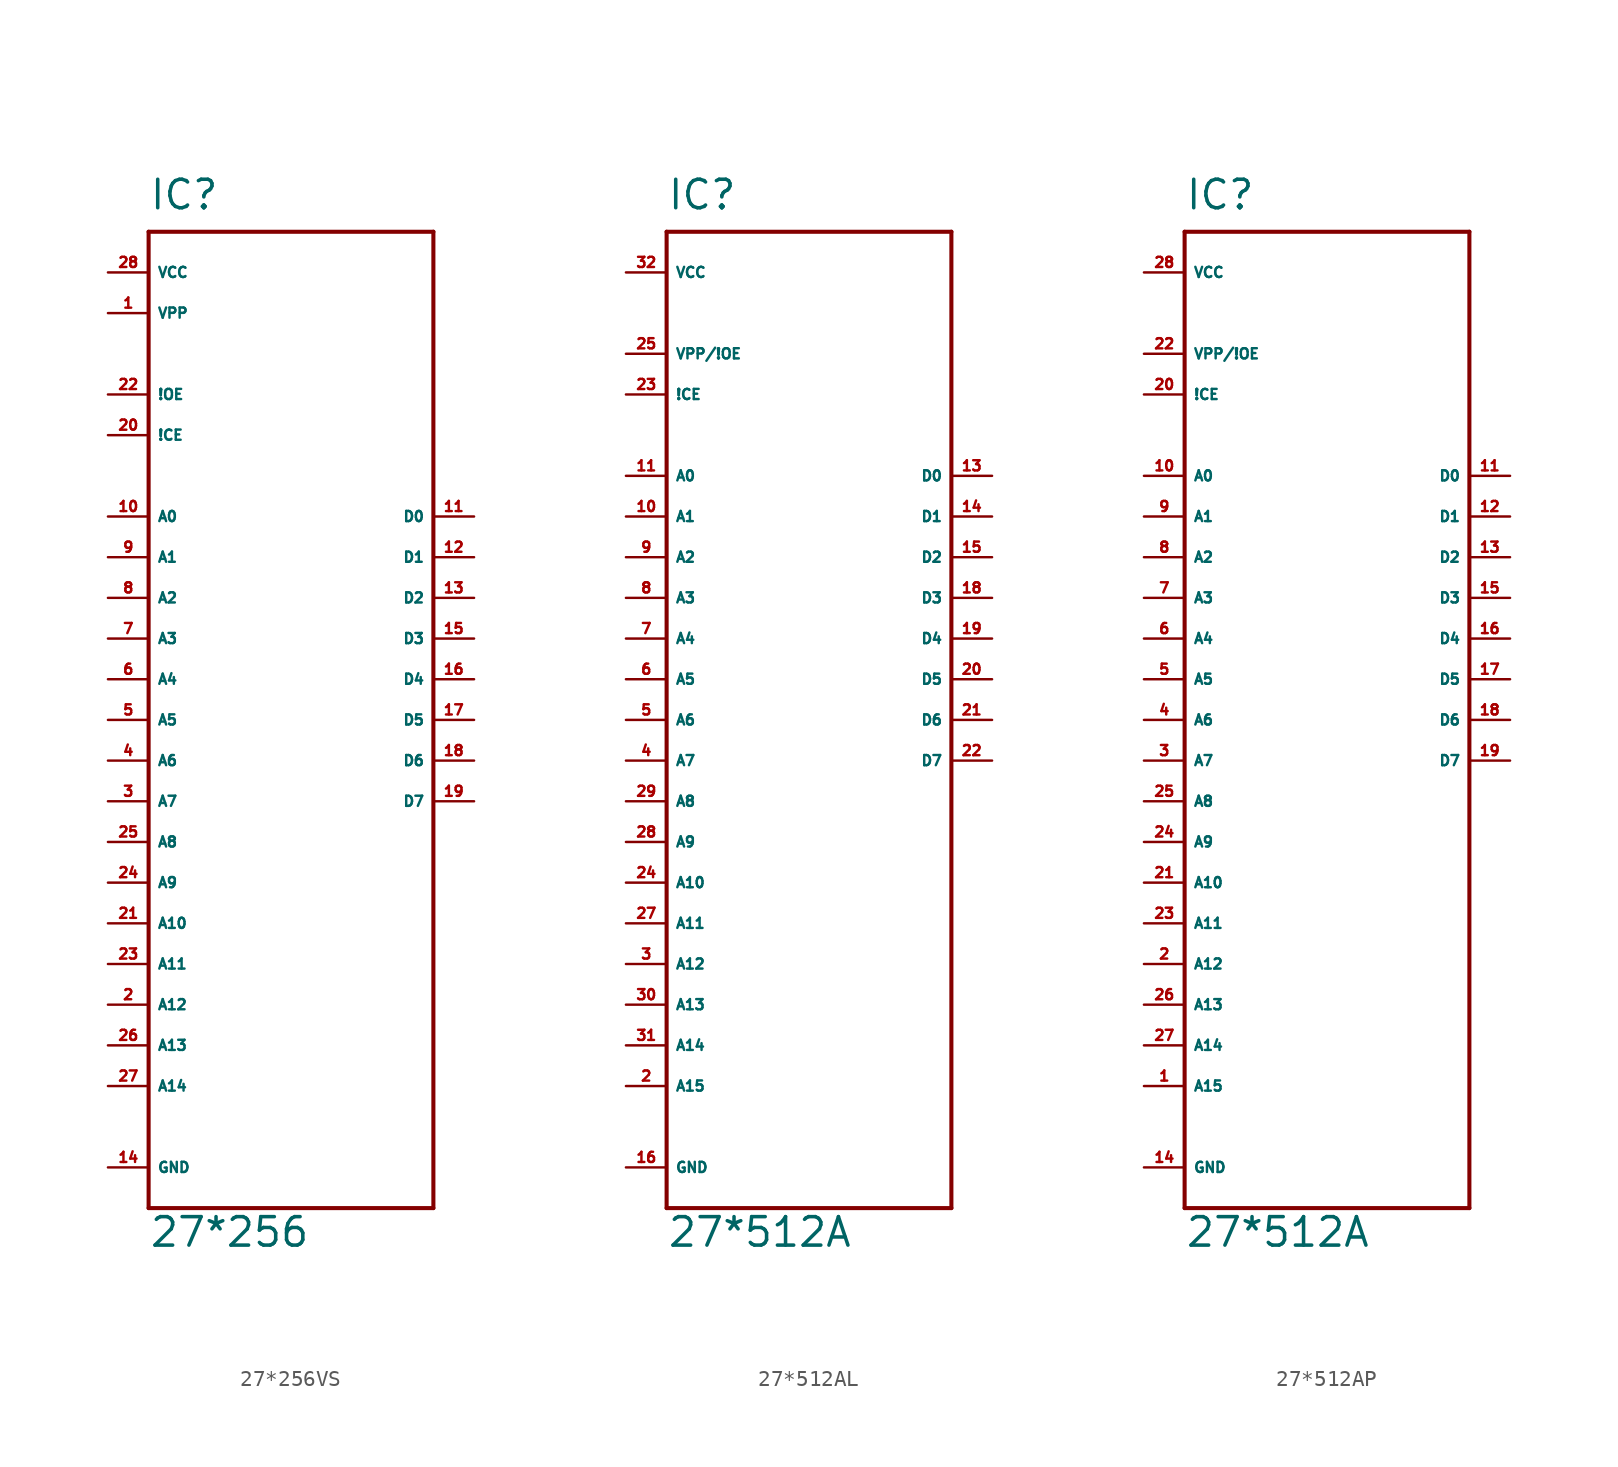
<source format=kicad_sym>
(kicad_symbol_lib
  (version 20220914)
  (generator Eagle2Kicad)
  (symbol "27*256VS"
    (property "Reference" "IC"
      (at -7.62 31.75 0)
      (effects (font (size 1.778 1.778) (thickness 0.22)) (justify left bottom)))
    (property "Value" "27*256"
      (at -7.62 -33.02 0)
      (effects (font (size 1.778 1.778) (thickness 0.22)) (justify left bottom)))
    (polyline
      (pts (xy -7.62 30.48) (xy 10.16 30.48))
      (stroke (width 0.254) (type default))
      (fill (type none)))
    (polyline
      (pts (xy 10.16 30.48) (xy 10.16 -30.48))
      (stroke (width 0.254) (type default))
      (fill (type none)))
    (polyline
      (pts (xy 10.16 -30.48) (xy -7.62 -30.48))
      (stroke (width 0.254) (type default))
      (fill (type none)))
    (polyline
      (pts (xy -7.62 -30.48) (xy -7.62 30.48))
      (stroke (width 0.254) (type default))
      (fill (type none)))
    (pin input line
      (at -10.16 12.7 0)
      (length 2.54)
      (name "A0" (effects (font (size 0.635 0.635) (thickness 0.08)) (justify left bottom)))
      (number "10" (effects (font (size 0.635 0.635) (thickness 0.08)) (justify left bottom))))
    (pin input line
      (at -10.16 10.16 0)
      (length 2.54)
      (name "A1" (effects (font (size 0.635 0.635) (thickness 0.08)) (justify left bottom)))
      (number "9" (effects (font (size 0.635 0.635) (thickness 0.08)) (justify left bottom))))
    (pin input line
      (at -10.16 7.62 0)
      (length 2.54)
      (name "A2" (effects (font (size 0.635 0.635) (thickness 0.08)) (justify left bottom)))
      (number "8" (effects (font (size 0.635 0.635) (thickness 0.08)) (justify left bottom))))
    (pin input line
      (at -10.16 5.08 0)
      (length 2.54)
      (name "A3" (effects (font (size 0.635 0.635) (thickness 0.08)) (justify left bottom)))
      (number "7" (effects (font (size 0.635 0.635) (thickness 0.08)) (justify left bottom))))
    (pin input line
      (at -10.16 2.54 0)
      (length 2.54)
      (name "A4" (effects (font (size 0.635 0.635) (thickness 0.08)) (justify left bottom)))
      (number "6" (effects (font (size 0.635 0.635) (thickness 0.08)) (justify left bottom))))
    (pin input line
      (at -10.16 0 0)
      (length 2.54)
      (name "A5" (effects (font (size 0.635 0.635) (thickness 0.08)) (justify left bottom)))
      (number "5" (effects (font (size 0.635 0.635) (thickness 0.08)) (justify left bottom))))
    (pin input line
      (at -10.16 -2.54 0)
      (length 2.54)
      (name "A6" (effects (font (size 0.635 0.635) (thickness 0.08)) (justify left bottom)))
      (number "4" (effects (font (size 0.635 0.635) (thickness 0.08)) (justify left bottom))))
    (pin input line
      (at -10.16 -5.08 0)
      (length 2.54)
      (name "A7" (effects (font (size 0.635 0.635) (thickness 0.08)) (justify left bottom)))
      (number "3" (effects (font (size 0.635 0.635) (thickness 0.08)) (justify left bottom))))
    (pin input line
      (at -10.16 -7.62 0)
      (length 2.54)
      (name "A8" (effects (font (size 0.635 0.635) (thickness 0.08)) (justify left bottom)))
      (number "25" (effects (font (size 0.635 0.635) (thickness 0.08)) (justify left bottom))))
    (pin input line
      (at -10.16 17.78 0)
      (length 2.54)
      (name "!CE" (effects (font (size 0.635 0.635) (thickness 0.08)) (justify left bottom)))
      (number "20" (effects (font (size 0.635 0.635) (thickness 0.08)) (justify left bottom))))
    (pin input line
      (at -10.16 20.32 0)
      (length 2.54)
      (name "!OE" (effects (font (size 0.635 0.635) (thickness 0.08)) (justify left bottom)))
      (number "22" (effects (font (size 0.635 0.635) (thickness 0.08)) (justify left bottom))))
    (pin tri_state line
      (at 12.7 12.7 180)
      (length 2.54)
      (name "D0" (effects (font (size 0.635 0.635) (thickness 0.08)) (justify left bottom)))
      (number "11" (effects (font (size 0.635 0.635) (thickness 0.08)) (justify left bottom))))
    (pin tri_state line
      (at 12.7 10.16 180)
      (length 2.54)
      (name "D1" (effects (font (size 0.635 0.635) (thickness 0.08)) (justify left bottom)))
      (number "12" (effects (font (size 0.635 0.635) (thickness 0.08)) (justify left bottom))))
    (pin tri_state line
      (at 12.7 7.62 180)
      (length 2.54)
      (name "D2" (effects (font (size 0.635 0.635) (thickness 0.08)) (justify left bottom)))
      (number "13" (effects (font (size 0.635 0.635) (thickness 0.08)) (justify left bottom))))
    (pin tri_state line
      (at 12.7 5.08 180)
      (length 2.54)
      (name "D3" (effects (font (size 0.635 0.635) (thickness 0.08)) (justify left bottom)))
      (number "15" (effects (font (size 0.635 0.635) (thickness 0.08)) (justify left bottom))))
    (pin tri_state line
      (at 12.7 2.54 180)
      (length 2.54)
      (name "D4" (effects (font (size 0.635 0.635) (thickness 0.08)) (justify left bottom)))
      (number "16" (effects (font (size 0.635 0.635) (thickness 0.08)) (justify left bottom))))
    (pin tri_state line
      (at 12.7 0 180)
      (length 2.54)
      (name "D5" (effects (font (size 0.635 0.635) (thickness 0.08)) (justify left bottom)))
      (number "17" (effects (font (size 0.635 0.635) (thickness 0.08)) (justify left bottom))))
    (pin tri_state line
      (at 12.7 -2.54 180)
      (length 2.54)
      (name "D6" (effects (font (size 0.635 0.635) (thickness 0.08)) (justify left bottom)))
      (number "18" (effects (font (size 0.635 0.635) (thickness 0.08)) (justify left bottom))))
    (pin tri_state line
      (at 12.7 -5.08 180)
      (length 2.54)
      (name "D7" (effects (font (size 0.635 0.635) (thickness 0.08)) (justify left bottom)))
      (number "19" (effects (font (size 0.635 0.635) (thickness 0.08)) (justify left bottom))))
    (pin unspecified line
      (at -10.16 27.94 0)
      (length 2.54)
      (name "VCC" (effects (font (size 0.635 0.635) (thickness 0.08)) (justify left bottom)))
      (number "28" (effects (font (size 0.635 0.635) (thickness 0.08)) (justify left bottom))))
    (pin unspecified line
      (at -10.16 -27.94 0)
      (length 2.54)
      (name "GND" (effects (font (size 0.635 0.635) (thickness 0.08)) (justify left bottom)))
      (number "14" (effects (font (size 0.635 0.635) (thickness 0.08)) (justify left bottom))))
    (pin input line
      (at -10.16 -10.16 0)
      (length 2.54)
      (name "A9" (effects (font (size 0.635 0.635) (thickness 0.08)) (justify left bottom)))
      (number "24" (effects (font (size 0.635 0.635) (thickness 0.08)) (justify left bottom))))
    (pin input line
      (at -10.16 -12.7 0)
      (length 2.54)
      (name "A10" (effects (font (size 0.635 0.635) (thickness 0.08)) (justify left bottom)))
      (number "21" (effects (font (size 0.635 0.635) (thickness 0.08)) (justify left bottom))))
    (pin input line
      (at -10.16 -22.86 0)
      (length 2.54)
      (name "A14" (effects (font (size 0.635 0.635) (thickness 0.08)) (justify left bottom)))
      (number "27" (effects (font (size 0.635 0.635) (thickness 0.08)) (justify left bottom))))
    (pin input line
      (at -10.16 -15.24 0)
      (length 2.54)
      (name "A11" (effects (font (size 0.635 0.635) (thickness 0.08)) (justify left bottom)))
      (number "23" (effects (font (size 0.635 0.635) (thickness 0.08)) (justify left bottom))))
    (pin input line
      (at -10.16 -17.78 0)
      (length 2.54)
      (name "A12" (effects (font (size 0.635 0.635) (thickness 0.08)) (justify left bottom)))
      (number "2" (effects (font (size 0.635 0.635) (thickness 0.08)) (justify left bottom))))
    (pin input line
      (at -10.16 25.4 0)
      (length 2.54)
      (name "VPP" (effects (font (size 0.635 0.635) (thickness 0.08)) (justify left bottom)))
      (number "1" (effects (font (size 0.635 0.635) (thickness 0.08)) (justify left bottom))))
    (pin input line
      (at -10.16 -20.32 0)
      (length 2.54)
      (name "A13" (effects (font (size 0.635 0.635) (thickness 0.08)) (justify left bottom)))
      (number "26" (effects (font (size 0.635 0.635) (thickness 0.08)) (justify left bottom)))))
  (symbol "27*512AL"
    (property "Reference" "IC"
      (at -7.62 31.75 0)
      (effects (font (size 1.778 1.778) (thickness 0.22)) (justify left bottom)))
    (property "Value" "27*512A"
      (at -7.62 -33.02 0)
      (effects (font (size 1.778 1.778) (thickness 0.22)) (justify left bottom)))
    (polyline
      (pts (xy -7.62 30.48) (xy 10.16 30.48))
      (stroke (width 0.254) (type default))
      (fill (type none)))
    (polyline
      (pts (xy 10.16 30.48) (xy 10.16 -30.48))
      (stroke (width 0.254) (type default))
      (fill (type none)))
    (polyline
      (pts (xy 10.16 -30.48) (xy -7.62 -30.48))
      (stroke (width 0.254) (type default))
      (fill (type none)))
    (polyline
      (pts (xy -7.62 -30.48) (xy -7.62 30.48))
      (stroke (width 0.254) (type default))
      (fill (type none)))
    (pin input line
      (at -10.16 15.24 0)
      (length 2.54)
      (name "A0" (effects (font (size 0.635 0.635) (thickness 0.08)) (justify left bottom)))
      (number "11" (effects (font (size 0.635 0.635) (thickness 0.08)) (justify left bottom))))
    (pin input line
      (at -10.16 12.7 0)
      (length 2.54)
      (name "A1" (effects (font (size 0.635 0.635) (thickness 0.08)) (justify left bottom)))
      (number "10" (effects (font (size 0.635 0.635) (thickness 0.08)) (justify left bottom))))
    (pin input line
      (at -10.16 10.16 0)
      (length 2.54)
      (name "A2" (effects (font (size 0.635 0.635) (thickness 0.08)) (justify left bottom)))
      (number "9" (effects (font (size 0.635 0.635) (thickness 0.08)) (justify left bottom))))
    (pin input line
      (at -10.16 7.62 0)
      (length 2.54)
      (name "A3" (effects (font (size 0.635 0.635) (thickness 0.08)) (justify left bottom)))
      (number "8" (effects (font (size 0.635 0.635) (thickness 0.08)) (justify left bottom))))
    (pin input line
      (at -10.16 5.08 0)
      (length 2.54)
      (name "A4" (effects (font (size 0.635 0.635) (thickness 0.08)) (justify left bottom)))
      (number "7" (effects (font (size 0.635 0.635) (thickness 0.08)) (justify left bottom))))
    (pin input line
      (at -10.16 2.54 0)
      (length 2.54)
      (name "A5" (effects (font (size 0.635 0.635) (thickness 0.08)) (justify left bottom)))
      (number "6" (effects (font (size 0.635 0.635) (thickness 0.08)) (justify left bottom))))
    (pin input line
      (at -10.16 0 0)
      (length 2.54)
      (name "A6" (effects (font (size 0.635 0.635) (thickness 0.08)) (justify left bottom)))
      (number "5" (effects (font (size 0.635 0.635) (thickness 0.08)) (justify left bottom))))
    (pin input line
      (at -10.16 -2.54 0)
      (length 2.54)
      (name "A7" (effects (font (size 0.635 0.635) (thickness 0.08)) (justify left bottom)))
      (number "4" (effects (font (size 0.635 0.635) (thickness 0.08)) (justify left bottom))))
    (pin input line
      (at -10.16 -5.08 0)
      (length 2.54)
      (name "A8" (effects (font (size 0.635 0.635) (thickness 0.08)) (justify left bottom)))
      (number "29" (effects (font (size 0.635 0.635) (thickness 0.08)) (justify left bottom))))
    (pin input line
      (at -10.16 20.32 0)
      (length 2.54)
      (name "!CE" (effects (font (size 0.635 0.635) (thickness 0.08)) (justify left bottom)))
      (number "23" (effects (font (size 0.635 0.635) (thickness 0.08)) (justify left bottom))))
    (pin input line
      (at -10.16 22.86 0)
      (length 2.54)
      (name "VPP/!OE" (effects (font (size 0.635 0.635) (thickness 0.08)) (justify left bottom)))
      (number "25" (effects (font (size 0.635 0.635) (thickness 0.08)) (justify left bottom))))
    (pin tri_state line
      (at 12.7 15.24 180)
      (length 2.54)
      (name "D0" (effects (font (size 0.635 0.635) (thickness 0.08)) (justify left bottom)))
      (number "13" (effects (font (size 0.635 0.635) (thickness 0.08)) (justify left bottom))))
    (pin tri_state line
      (at 12.7 12.7 180)
      (length 2.54)
      (name "D1" (effects (font (size 0.635 0.635) (thickness 0.08)) (justify left bottom)))
      (number "14" (effects (font (size 0.635 0.635) (thickness 0.08)) (justify left bottom))))
    (pin tri_state line
      (at 12.7 10.16 180)
      (length 2.54)
      (name "D2" (effects (font (size 0.635 0.635) (thickness 0.08)) (justify left bottom)))
      (number "15" (effects (font (size 0.635 0.635) (thickness 0.08)) (justify left bottom))))
    (pin tri_state line
      (at 12.7 7.62 180)
      (length 2.54)
      (name "D3" (effects (font (size 0.635 0.635) (thickness 0.08)) (justify left bottom)))
      (number "18" (effects (font (size 0.635 0.635) (thickness 0.08)) (justify left bottom))))
    (pin tri_state line
      (at 12.7 5.08 180)
      (length 2.54)
      (name "D4" (effects (font (size 0.635 0.635) (thickness 0.08)) (justify left bottom)))
      (number "19" (effects (font (size 0.635 0.635) (thickness 0.08)) (justify left bottom))))
    (pin tri_state line
      (at 12.7 2.54 180)
      (length 2.54)
      (name "D5" (effects (font (size 0.635 0.635) (thickness 0.08)) (justify left bottom)))
      (number "20" (effects (font (size 0.635 0.635) (thickness 0.08)) (justify left bottom))))
    (pin tri_state line
      (at 12.7 0 180)
      (length 2.54)
      (name "D6" (effects (font (size 0.635 0.635) (thickness 0.08)) (justify left bottom)))
      (number "21" (effects (font (size 0.635 0.635) (thickness 0.08)) (justify left bottom))))
    (pin tri_state line
      (at 12.7 -2.54 180)
      (length 2.54)
      (name "D7" (effects (font (size 0.635 0.635) (thickness 0.08)) (justify left bottom)))
      (number "22" (effects (font (size 0.635 0.635) (thickness 0.08)) (justify left bottom))))
    (pin unspecified line
      (at -10.16 27.94 0)
      (length 2.54)
      (name "VCC" (effects (font (size 0.635 0.635) (thickness 0.08)) (justify left bottom)))
      (number "32" (effects (font (size 0.635 0.635) (thickness 0.08)) (justify left bottom))))
    (pin unspecified line
      (at -10.16 -27.94 0)
      (length 2.54)
      (name "GND" (effects (font (size 0.635 0.635) (thickness 0.08)) (justify left bottom)))
      (number "16" (effects (font (size 0.635 0.635) (thickness 0.08)) (justify left bottom))))
    (pin input line
      (at -10.16 -7.62 0)
      (length 2.54)
      (name "A9" (effects (font (size 0.635 0.635) (thickness 0.08)) (justify left bottom)))
      (number "28" (effects (font (size 0.635 0.635) (thickness 0.08)) (justify left bottom))))
    (pin input line
      (at -10.16 -10.16 0)
      (length 2.54)
      (name "A10" (effects (font (size 0.635 0.635) (thickness 0.08)) (justify left bottom)))
      (number "24" (effects (font (size 0.635 0.635) (thickness 0.08)) (justify left bottom))))
    (pin input line
      (at -10.16 -20.32 0)
      (length 2.54)
      (name "A14" (effects (font (size 0.635 0.635) (thickness 0.08)) (justify left bottom)))
      (number "31" (effects (font (size 0.635 0.635) (thickness 0.08)) (justify left bottom))))
    (pin input line
      (at -10.16 -12.7 0)
      (length 2.54)
      (name "A11" (effects (font (size 0.635 0.635) (thickness 0.08)) (justify left bottom)))
      (number "27" (effects (font (size 0.635 0.635) (thickness 0.08)) (justify left bottom))))
    (pin input line
      (at -10.16 -15.24 0)
      (length 2.54)
      (name "A12" (effects (font (size 0.635 0.635) (thickness 0.08)) (justify left bottom)))
      (number "3" (effects (font (size 0.635 0.635) (thickness 0.08)) (justify left bottom))))
    (pin input line
      (at -10.16 -22.86 0)
      (length 2.54)
      (name "A15" (effects (font (size 0.635 0.635) (thickness 0.08)) (justify left bottom)))
      (number "2" (effects (font (size 0.635 0.635) (thickness 0.08)) (justify left bottom))))
    (pin input line
      (at -10.16 -17.78 0)
      (length 2.54)
      (name "A13" (effects (font (size 0.635 0.635) (thickness 0.08)) (justify left bottom)))
      (number "30" (effects (font (size 0.635 0.635) (thickness 0.08)) (justify left bottom)))))
  (symbol "27*512AP"
    (property "Reference" "IC"
      (at -7.62 31.75 0)
      (effects (font (size 1.778 1.778) (thickness 0.22)) (justify left bottom)))
    (property "Value" "27*512A"
      (at -7.62 -33.02 0)
      (effects (font (size 1.778 1.778) (thickness 0.22)) (justify left bottom)))
    (polyline
      (pts (xy -7.62 30.48) (xy 10.16 30.48))
      (stroke (width 0.254) (type default))
      (fill (type none)))
    (polyline
      (pts (xy 10.16 30.48) (xy 10.16 -30.48))
      (stroke (width 0.254) (type default))
      (fill (type none)))
    (polyline
      (pts (xy 10.16 -30.48) (xy -7.62 -30.48))
      (stroke (width 0.254) (type default))
      (fill (type none)))
    (polyline
      (pts (xy -7.62 -30.48) (xy -7.62 30.48))
      (stroke (width 0.254) (type default))
      (fill (type none)))
    (pin input line
      (at -10.16 15.24 0)
      (length 2.54)
      (name "A0" (effects (font (size 0.635 0.635) (thickness 0.08)) (justify left bottom)))
      (number "10" (effects (font (size 0.635 0.635) (thickness 0.08)) (justify left bottom))))
    (pin input line
      (at -10.16 12.7 0)
      (length 2.54)
      (name "A1" (effects (font (size 0.635 0.635) (thickness 0.08)) (justify left bottom)))
      (number "9" (effects (font (size 0.635 0.635) (thickness 0.08)) (justify left bottom))))
    (pin input line
      (at -10.16 10.16 0)
      (length 2.54)
      (name "A2" (effects (font (size 0.635 0.635) (thickness 0.08)) (justify left bottom)))
      (number "8" (effects (font (size 0.635 0.635) (thickness 0.08)) (justify left bottom))))
    (pin input line
      (at -10.16 7.62 0)
      (length 2.54)
      (name "A3" (effects (font (size 0.635 0.635) (thickness 0.08)) (justify left bottom)))
      (number "7" (effects (font (size 0.635 0.635) (thickness 0.08)) (justify left bottom))))
    (pin input line
      (at -10.16 5.08 0)
      (length 2.54)
      (name "A4" (effects (font (size 0.635 0.635) (thickness 0.08)) (justify left bottom)))
      (number "6" (effects (font (size 0.635 0.635) (thickness 0.08)) (justify left bottom))))
    (pin input line
      (at -10.16 2.54 0)
      (length 2.54)
      (name "A5" (effects (font (size 0.635 0.635) (thickness 0.08)) (justify left bottom)))
      (number "5" (effects (font (size 0.635 0.635) (thickness 0.08)) (justify left bottom))))
    (pin input line
      (at -10.16 0 0)
      (length 2.54)
      (name "A6" (effects (font (size 0.635 0.635) (thickness 0.08)) (justify left bottom)))
      (number "4" (effects (font (size 0.635 0.635) (thickness 0.08)) (justify left bottom))))
    (pin input line
      (at -10.16 -2.54 0)
      (length 2.54)
      (name "A7" (effects (font (size 0.635 0.635) (thickness 0.08)) (justify left bottom)))
      (number "3" (effects (font (size 0.635 0.635) (thickness 0.08)) (justify left bottom))))
    (pin input line
      (at -10.16 -5.08 0)
      (length 2.54)
      (name "A8" (effects (font (size 0.635 0.635) (thickness 0.08)) (justify left bottom)))
      (number "25" (effects (font (size 0.635 0.635) (thickness 0.08)) (justify left bottom))))
    (pin input line
      (at -10.16 20.32 0)
      (length 2.54)
      (name "!CE" (effects (font (size 0.635 0.635) (thickness 0.08)) (justify left bottom)))
      (number "20" (effects (font (size 0.635 0.635) (thickness 0.08)) (justify left bottom))))
    (pin input line
      (at -10.16 22.86 0)
      (length 2.54)
      (name "VPP/!OE" (effects (font (size 0.635 0.635) (thickness 0.08)) (justify left bottom)))
      (number "22" (effects (font (size 0.635 0.635) (thickness 0.08)) (justify left bottom))))
    (pin tri_state line
      (at 12.7 15.24 180)
      (length 2.54)
      (name "D0" (effects (font (size 0.635 0.635) (thickness 0.08)) (justify left bottom)))
      (number "11" (effects (font (size 0.635 0.635) (thickness 0.08)) (justify left bottom))))
    (pin tri_state line
      (at 12.7 12.7 180)
      (length 2.54)
      (name "D1" (effects (font (size 0.635 0.635) (thickness 0.08)) (justify left bottom)))
      (number "12" (effects (font (size 0.635 0.635) (thickness 0.08)) (justify left bottom))))
    (pin tri_state line
      (at 12.7 10.16 180)
      (length 2.54)
      (name "D2" (effects (font (size 0.635 0.635) (thickness 0.08)) (justify left bottom)))
      (number "13" (effects (font (size 0.635 0.635) (thickness 0.08)) (justify left bottom))))
    (pin tri_state line
      (at 12.7 7.62 180)
      (length 2.54)
      (name "D3" (effects (font (size 0.635 0.635) (thickness 0.08)) (justify left bottom)))
      (number "15" (effects (font (size 0.635 0.635) (thickness 0.08)) (justify left bottom))))
    (pin tri_state line
      (at 12.7 5.08 180)
      (length 2.54)
      (name "D4" (effects (font (size 0.635 0.635) (thickness 0.08)) (justify left bottom)))
      (number "16" (effects (font (size 0.635 0.635) (thickness 0.08)) (justify left bottom))))
    (pin tri_state line
      (at 12.7 2.54 180)
      (length 2.54)
      (name "D5" (effects (font (size 0.635 0.635) (thickness 0.08)) (justify left bottom)))
      (number "17" (effects (font (size 0.635 0.635) (thickness 0.08)) (justify left bottom))))
    (pin tri_state line
      (at 12.7 0 180)
      (length 2.54)
      (name "D6" (effects (font (size 0.635 0.635) (thickness 0.08)) (justify left bottom)))
      (number "18" (effects (font (size 0.635 0.635) (thickness 0.08)) (justify left bottom))))
    (pin tri_state line
      (at 12.7 -2.54 180)
      (length 2.54)
      (name "D7" (effects (font (size 0.635 0.635) (thickness 0.08)) (justify left bottom)))
      (number "19" (effects (font (size 0.635 0.635) (thickness 0.08)) (justify left bottom))))
    (pin unspecified line
      (at -10.16 27.94 0)
      (length 2.54)
      (name "VCC" (effects (font (size 0.635 0.635) (thickness 0.08)) (justify left bottom)))
      (number "28" (effects (font (size 0.635 0.635) (thickness 0.08)) (justify left bottom))))
    (pin unspecified line
      (at -10.16 -27.94 0)
      (length 2.54)
      (name "GND" (effects (font (size 0.635 0.635) (thickness 0.08)) (justify left bottom)))
      (number "14" (effects (font (size 0.635 0.635) (thickness 0.08)) (justify left bottom))))
    (pin input line
      (at -10.16 -7.62 0)
      (length 2.54)
      (name "A9" (effects (font (size 0.635 0.635) (thickness 0.08)) (justify left bottom)))
      (number "24" (effects (font (size 0.635 0.635) (thickness 0.08)) (justify left bottom))))
    (pin input line
      (at -10.16 -10.16 0)
      (length 2.54)
      (name "A10" (effects (font (size 0.635 0.635) (thickness 0.08)) (justify left bottom)))
      (number "21" (effects (font (size 0.635 0.635) (thickness 0.08)) (justify left bottom))))
    (pin input line
      (at -10.16 -20.32 0)
      (length 2.54)
      (name "A14" (effects (font (size 0.635 0.635) (thickness 0.08)) (justify left bottom)))
      (number "27" (effects (font (size 0.635 0.635) (thickness 0.08)) (justify left bottom))))
    (pin input line
      (at -10.16 -12.7 0)
      (length 2.54)
      (name "A11" (effects (font (size 0.635 0.635) (thickness 0.08)) (justify left bottom)))
      (number "23" (effects (font (size 0.635 0.635) (thickness 0.08)) (justify left bottom))))
    (pin input line
      (at -10.16 -15.24 0)
      (length 2.54)
      (name "A12" (effects (font (size 0.635 0.635) (thickness 0.08)) (justify left bottom)))
      (number "2" (effects (font (size 0.635 0.635) (thickness 0.08)) (justify left bottom))))
    (pin input line
      (at -10.16 -22.86 0)
      (length 2.54)
      (name "A15" (effects (font (size 0.635 0.635) (thickness 0.08)) (justify left bottom)))
      (number "1" (effects (font (size 0.635 0.635) (thickness 0.08)) (justify left bottom))))
    (pin input line
      (at -10.16 -17.78 0)
      (length 2.54)
      (name "A13" (effects (font (size 0.635 0.635) (thickness 0.08)) (justify left bottom)))
      (number "26" (effects (font (size 0.635 0.635) (thickness 0.08)) (justify left bottom))))))
</source>
